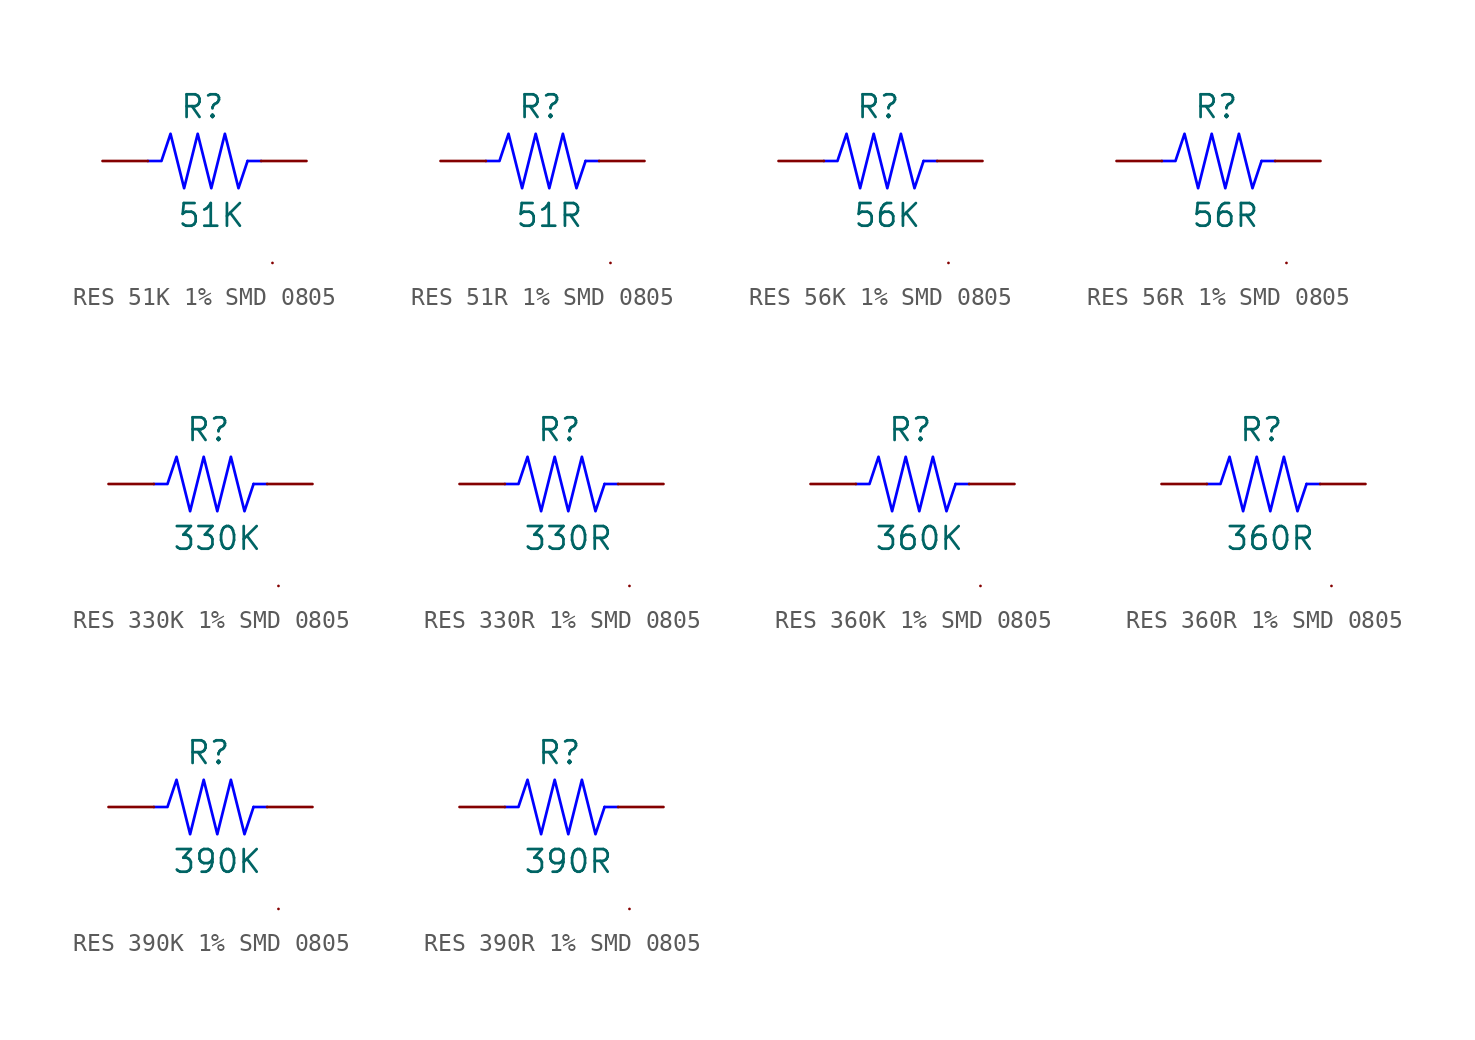
<source format=kicad_sym>
(kicad_symbol_lib
  (version 20231120)
  (generator "kicad_symbol_editor")
  (generator_version "8.0")
  (symbol "RES 51K 1% SMD 0805"
    (pin_numbers hide)
    (pin_names
      (offset 0) hide)
    (property "Reference" "R"
      (at -0.762 3.048 0)
      (effects (font (size 1.27 1.27))))
    (property "Value" "51K"
      (at -0.254 -3.048 0)
      (effects (font (size 1.27 1.27))))
    (symbol "RES 51K 1% SMD 0805_0_1"
      (polyline (pts (xy 1.778 0) (xy 2.54 0)) (stroke (width 0) (type default) (color 0 0 255 1)) (fill (type none)))
      (polyline (pts (xy 3.175 -5.715) (xy 3.175 -5.715)) (stroke (width 0) (type default)) (fill (type none)))
      (polyline (pts (xy -3.81 0) (xy -3.048 0) (xy -2.54 1.524) (xy -1.778 -1.524) (xy -1.016 1.524) (xy -0.254 -1.524) (xy 0.508 1.524) (xy 1.27 -1.524) (xy 1.778 0)) (stroke (width 0) (type default) (color 0 0 255 1)) (fill (type none))))
    (symbol "RES 51K 1% SMD 0805_1_1"
      (pin passive line (at -6.35 0 0) (length 2.54) (name "1" (effects (font (size 1.27 1.27)))) (number "1" (effects (font (size 1.27 1.27)))))
      (pin passive line (at 5.08 0 180) (length 2.54) (name "2" (effects (font (size 1.27 1.27)))) (number "2" (effects (font (size 1.27 1.27)))))))
  (symbol "RES 51R 1% SMD 0805"
    (pin_numbers hide)
    (pin_names
      (offset 0) hide)
    (property "Reference" "R"
      (at -0.762 3.048 0)
      (effects (font (size 1.27 1.27))))
    (property "Value" "51R"
      (at -0.254 -3.048 0)
      (effects (font (size 1.27 1.27))))
    (symbol "RES 51R 1% SMD 0805_0_1"
      (polyline (pts (xy 1.778 0) (xy 2.54 0)) (stroke (width 0) (type default) (color 0 0 255 1)) (fill (type none)))
      (polyline (pts (xy 3.175 -5.715) (xy 3.175 -5.715)) (stroke (width 0) (type default)) (fill (type none)))
      (polyline (pts (xy -3.81 0) (xy -3.048 0) (xy -2.54 1.524) (xy -1.778 -1.524) (xy -1.016 1.524) (xy -0.254 -1.524) (xy 0.508 1.524) (xy 1.27 -1.524) (xy 1.778 0)) (stroke (width 0) (type default) (color 0 0 255 1)) (fill (type none))))
    (symbol "RES 51R 1% SMD 0805_1_1"
      (pin passive line (at -6.35 0 0) (length 2.54) (name "1" (effects (font (size 1.27 1.27)))) (number "1" (effects (font (size 1.27 1.27)))))
      (pin passive line (at 5.08 0 180) (length 2.54) (name "2" (effects (font (size 1.27 1.27)))) (number "2" (effects (font (size 1.27 1.27)))))))
  (symbol "RES 56K 1% SMD 0805"
    (pin_numbers hide)
    (pin_names
      (offset 0) hide)
    (property "Reference" "R"
      (at -0.762 3.048 0)
      (effects (font (size 1.27 1.27))))
    (property "Value" "56K"
      (at -0.254 -3.048 0)
      (effects (font (size 1.27 1.27))))
    (symbol "RES 56K 1% SMD 0805_0_1"
      (polyline (pts (xy 1.778 0) (xy 2.54 0)) (stroke (width 0) (type default) (color 0 0 255 1)) (fill (type none)))
      (polyline (pts (xy 3.175 -5.715) (xy 3.175 -5.715)) (stroke (width 0) (type default)) (fill (type none)))
      (polyline (pts (xy -3.81 0) (xy -3.048 0) (xy -2.54 1.524) (xy -1.778 -1.524) (xy -1.016 1.524) (xy -0.254 -1.524) (xy 0.508 1.524) (xy 1.27 -1.524) (xy 1.778 0)) (stroke (width 0) (type default) (color 0 0 255 1)) (fill (type none))))
    (symbol "RES 56K 1% SMD 0805_1_1"
      (pin passive line (at -6.35 0 0) (length 2.54) (name "1" (effects (font (size 1.27 1.27)))) (number "1" (effects (font (size 1.27 1.27)))))
      (pin passive line (at 5.08 0 180) (length 2.54) (name "2" (effects (font (size 1.27 1.27)))) (number "2" (effects (font (size 1.27 1.27)))))))
  (symbol "RES 56R 1% SMD 0805"
    (pin_numbers hide)
    (pin_names
      (offset 0) hide)
    (property "Reference" "R"
      (at -0.762 3.048 0)
      (effects (font (size 1.27 1.27))))
    (property "Value" "56R"
      (at -0.254 -3.048 0)
      (effects (font (size 1.27 1.27))))
    (symbol "RES 56R 1% SMD 0805_0_1"
      (polyline (pts (xy 1.778 0) (xy 2.54 0)) (stroke (width 0) (type default) (color 0 0 255 1)) (fill (type none)))
      (polyline (pts (xy 3.175 -5.715) (xy 3.175 -5.715)) (stroke (width 0) (type default)) (fill (type none)))
      (polyline (pts (xy -3.81 0) (xy -3.048 0) (xy -2.54 1.524) (xy -1.778 -1.524) (xy -1.016 1.524) (xy -0.254 -1.524) (xy 0.508 1.524) (xy 1.27 -1.524) (xy 1.778 0)) (stroke (width 0) (type default) (color 0 0 255 1)) (fill (type none))))
    (symbol "RES 56R 1% SMD 0805_1_1"
      (pin passive line (at -6.35 0 0) (length 2.54) (name "1" (effects (font (size 1.27 1.27)))) (number "1" (effects (font (size 1.27 1.27)))))
      (pin passive line (at 5.08 0 180) (length 2.54) (name "2" (effects (font (size 1.27 1.27)))) (number "2" (effects (font (size 1.27 1.27)))))))
  (symbol "RES 330K 1% SMD 0805"
    (pin_numbers hide)
    (pin_names
      (offset 0) hide)
    (property "Reference" "R"
      (at -0.762 3.048 0)
      (effects (font (size 1.27 1.27))))
    (property "Value" "330K"
      (at -0.254 -3.048 0)
      (effects (font (size 1.27 1.27))))
    (symbol "RES 330K 1% SMD 0805_0_1"
      (polyline (pts (xy 1.778 0) (xy 2.54 0)) (stroke (width 0) (type default) (color 0 0 255 1)) (fill (type none)))
      (polyline (pts (xy 3.175 -5.715) (xy 3.175 -5.715)) (stroke (width 0) (type default)) (fill (type none)))
      (polyline (pts (xy -3.81 0) (xy -3.048 0) (xy -2.54 1.524) (xy -1.778 -1.524) (xy -1.016 1.524) (xy -0.254 -1.524) (xy 0.508 1.524) (xy 1.27 -1.524) (xy 1.778 0)) (stroke (width 0) (type default) (color 0 0 255 1)) (fill (type none))))
    (symbol "RES 330K 1% SMD 0805_1_1"
      (pin passive line (at -6.35 0 0) (length 2.54) (name "1" (effects (font (size 1.27 1.27)))) (number "1" (effects (font (size 1.27 1.27)))))
      (pin passive line (at 5.08 0 180) (length 2.54) (name "2" (effects (font (size 1.27 1.27)))) (number "2" (effects (font (size 1.27 1.27)))))))
  (symbol "RES 330R 1% SMD 0805"
    (pin_numbers hide)
    (pin_names
      (offset 0) hide)
    (property "Reference" "R"
      (at -0.762 3.048 0)
      (effects (font (size 1.27 1.27))))
    (property "Value" "330R"
      (at -0.254 -3.048 0)
      (effects (font (size 1.27 1.27))))
    (symbol "RES 330R 1% SMD 0805_0_1"
      (polyline (pts (xy 1.778 0) (xy 2.54 0)) (stroke (width 0) (type default) (color 0 0 255 1)) (fill (type none)))
      (polyline (pts (xy 3.175 -5.715) (xy 3.175 -5.715)) (stroke (width 0) (type default)) (fill (type none)))
      (polyline (pts (xy -3.81 0) (xy -3.048 0) (xy -2.54 1.524) (xy -1.778 -1.524) (xy -1.016 1.524) (xy -0.254 -1.524) (xy 0.508 1.524) (xy 1.27 -1.524) (xy 1.778 0)) (stroke (width 0) (type default) (color 0 0 255 1)) (fill (type none))))
    (symbol "RES 330R 1% SMD 0805_1_1"
      (pin passive line (at -6.35 0 0) (length 2.54) (name "1" (effects (font (size 1.27 1.27)))) (number "1" (effects (font (size 1.27 1.27)))))
      (pin passive line (at 5.08 0 180) (length 2.54) (name "2" (effects (font (size 1.27 1.27)))) (number "2" (effects (font (size 1.27 1.27)))))))
  (symbol "RES 360K 1% SMD 0805"
    (pin_numbers hide)
    (pin_names
      (offset 0) hide)
    (property "Reference" "R"
      (at -0.762 3.048 0)
      (effects (font (size 1.27 1.27))))
    (property "Value" "360K"
      (at -0.254 -3.048 0)
      (effects (font (size 1.27 1.27))))
    (symbol "RES 360K 1% SMD 0805_0_1"
      (polyline (pts (xy 1.778 0) (xy 2.54 0)) (stroke (width 0) (type default) (color 0 0 255 1)) (fill (type none)))
      (polyline (pts (xy 3.175 -5.715) (xy 3.175 -5.715)) (stroke (width 0) (type default)) (fill (type none)))
      (polyline (pts (xy -3.81 0) (xy -3.048 0) (xy -2.54 1.524) (xy -1.778 -1.524) (xy -1.016 1.524) (xy -0.254 -1.524) (xy 0.508 1.524) (xy 1.27 -1.524) (xy 1.778 0)) (stroke (width 0) (type default) (color 0 0 255 1)) (fill (type none))))
    (symbol "RES 360K 1% SMD 0805_1_1"
      (pin passive line (at -6.35 0 0) (length 2.54) (name "1" (effects (font (size 1.27 1.27)))) (number "1" (effects (font (size 1.27 1.27)))))
      (pin passive line (at 5.08 0 180) (length 2.54) (name "2" (effects (font (size 1.27 1.27)))) (number "2" (effects (font (size 1.27 1.27)))))))
  (symbol "RES 360R 1% SMD 0805"
    (pin_numbers hide)
    (pin_names
      (offset 0) hide)
    (property "Reference" "R"
      (at -0.762 3.048 0)
      (effects (font (size 1.27 1.27))))
    (property "Value" "360R"
      (at -0.254 -3.048 0)
      (effects (font (size 1.27 1.27))))
    (symbol "RES 360R 1% SMD 0805_0_1"
      (polyline (pts (xy 1.778 0) (xy 2.54 0)) (stroke (width 0) (type default) (color 0 0 255 1)) (fill (type none)))
      (polyline (pts (xy 3.175 -5.715) (xy 3.175 -5.715)) (stroke (width 0) (type default)) (fill (type none)))
      (polyline (pts (xy -3.81 0) (xy -3.048 0) (xy -2.54 1.524) (xy -1.778 -1.524) (xy -1.016 1.524) (xy -0.254 -1.524) (xy 0.508 1.524) (xy 1.27 -1.524) (xy 1.778 0)) (stroke (width 0) (type default) (color 0 0 255 1)) (fill (type none))))
    (symbol "RES 360R 1% SMD 0805_1_1"
      (pin passive line (at -6.35 0 0) (length 2.54) (name "1" (effects (font (size 1.27 1.27)))) (number "1" (effects (font (size 1.27 1.27)))))
      (pin passive line (at 5.08 0 180) (length 2.54) (name "2" (effects (font (size 1.27 1.27)))) (number "2" (effects (font (size 1.27 1.27)))))))
  (symbol "RES 390K 1% SMD 0805"
    (pin_numbers hide)
    (pin_names
      (offset 0) hide)
    (property "Reference" "R"
      (at -0.762 3.048 0)
      (effects (font (size 1.27 1.27))))
    (property "Value" "390K"
      (at -0.254 -3.048 0)
      (effects (font (size 1.27 1.27))))
    (symbol "RES 390K 1% SMD 0805_0_1"
      (polyline (pts (xy 1.778 0) (xy 2.54 0)) (stroke (width 0) (type default) (color 0 0 255 1)) (fill (type none)))
      (polyline (pts (xy 3.175 -5.715) (xy 3.175 -5.715)) (stroke (width 0) (type default)) (fill (type none)))
      (polyline (pts (xy -3.81 0) (xy -3.048 0) (xy -2.54 1.524) (xy -1.778 -1.524) (xy -1.016 1.524) (xy -0.254 -1.524) (xy 0.508 1.524) (xy 1.27 -1.524) (xy 1.778 0)) (stroke (width 0) (type default) (color 0 0 255 1)) (fill (type none))))
    (symbol "RES 390K 1% SMD 0805_1_1"
      (pin passive line (at -6.35 0 0) (length 2.54) (name "1" (effects (font (size 1.27 1.27)))) (number "1" (effects (font (size 1.27 1.27)))))
      (pin passive line (at 5.08 0 180) (length 2.54) (name "2" (effects (font (size 1.27 1.27)))) (number "2" (effects (font (size 1.27 1.27)))))))
  (symbol "RES 390R 1% SMD 0805"
    (pin_numbers hide)
    (pin_names
      (offset 0) hide)
    (property "Reference" "R"
      (at -0.762 3.048 0)
      (effects (font (size 1.27 1.27))))
    (property "Value" "390R"
      (at -0.254 -3.048 0)
      (effects (font (size 1.27 1.27))))
    (symbol "RES 390R 1% SMD 0805_0_1"
      (polyline (pts (xy 1.778 0) (xy 2.54 0)) (stroke (width 0) (type default) (color 0 0 255 1)) (fill (type none)))
      (polyline (pts (xy 3.175 -5.715) (xy 3.175 -5.715)) (stroke (width 0) (type default)) (fill (type none)))
      (polyline (pts (xy -3.81 0) (xy -3.048 0) (xy -2.54 1.524) (xy -1.778 -1.524) (xy -1.016 1.524) (xy -0.254 -1.524) (xy 0.508 1.524) (xy 1.27 -1.524) (xy 1.778 0)) (stroke (width 0) (type default) (color 0 0 255 1)) (fill (type none))))
    (symbol "RES 390R 1% SMD 0805_1_1"
      (pin passive line (at -6.35 0 0) (length 2.54) (name "1" (effects (font (size 1.27 1.27)))) (number "1" (effects (font (size 1.27 1.27)))))
      (pin passive line (at 5.08 0 180) (length 2.54) (name "2" (effects (font (size 1.27 1.27)))) (number "2" (effects (font (size 1.27 1.27))))))))
</source>
